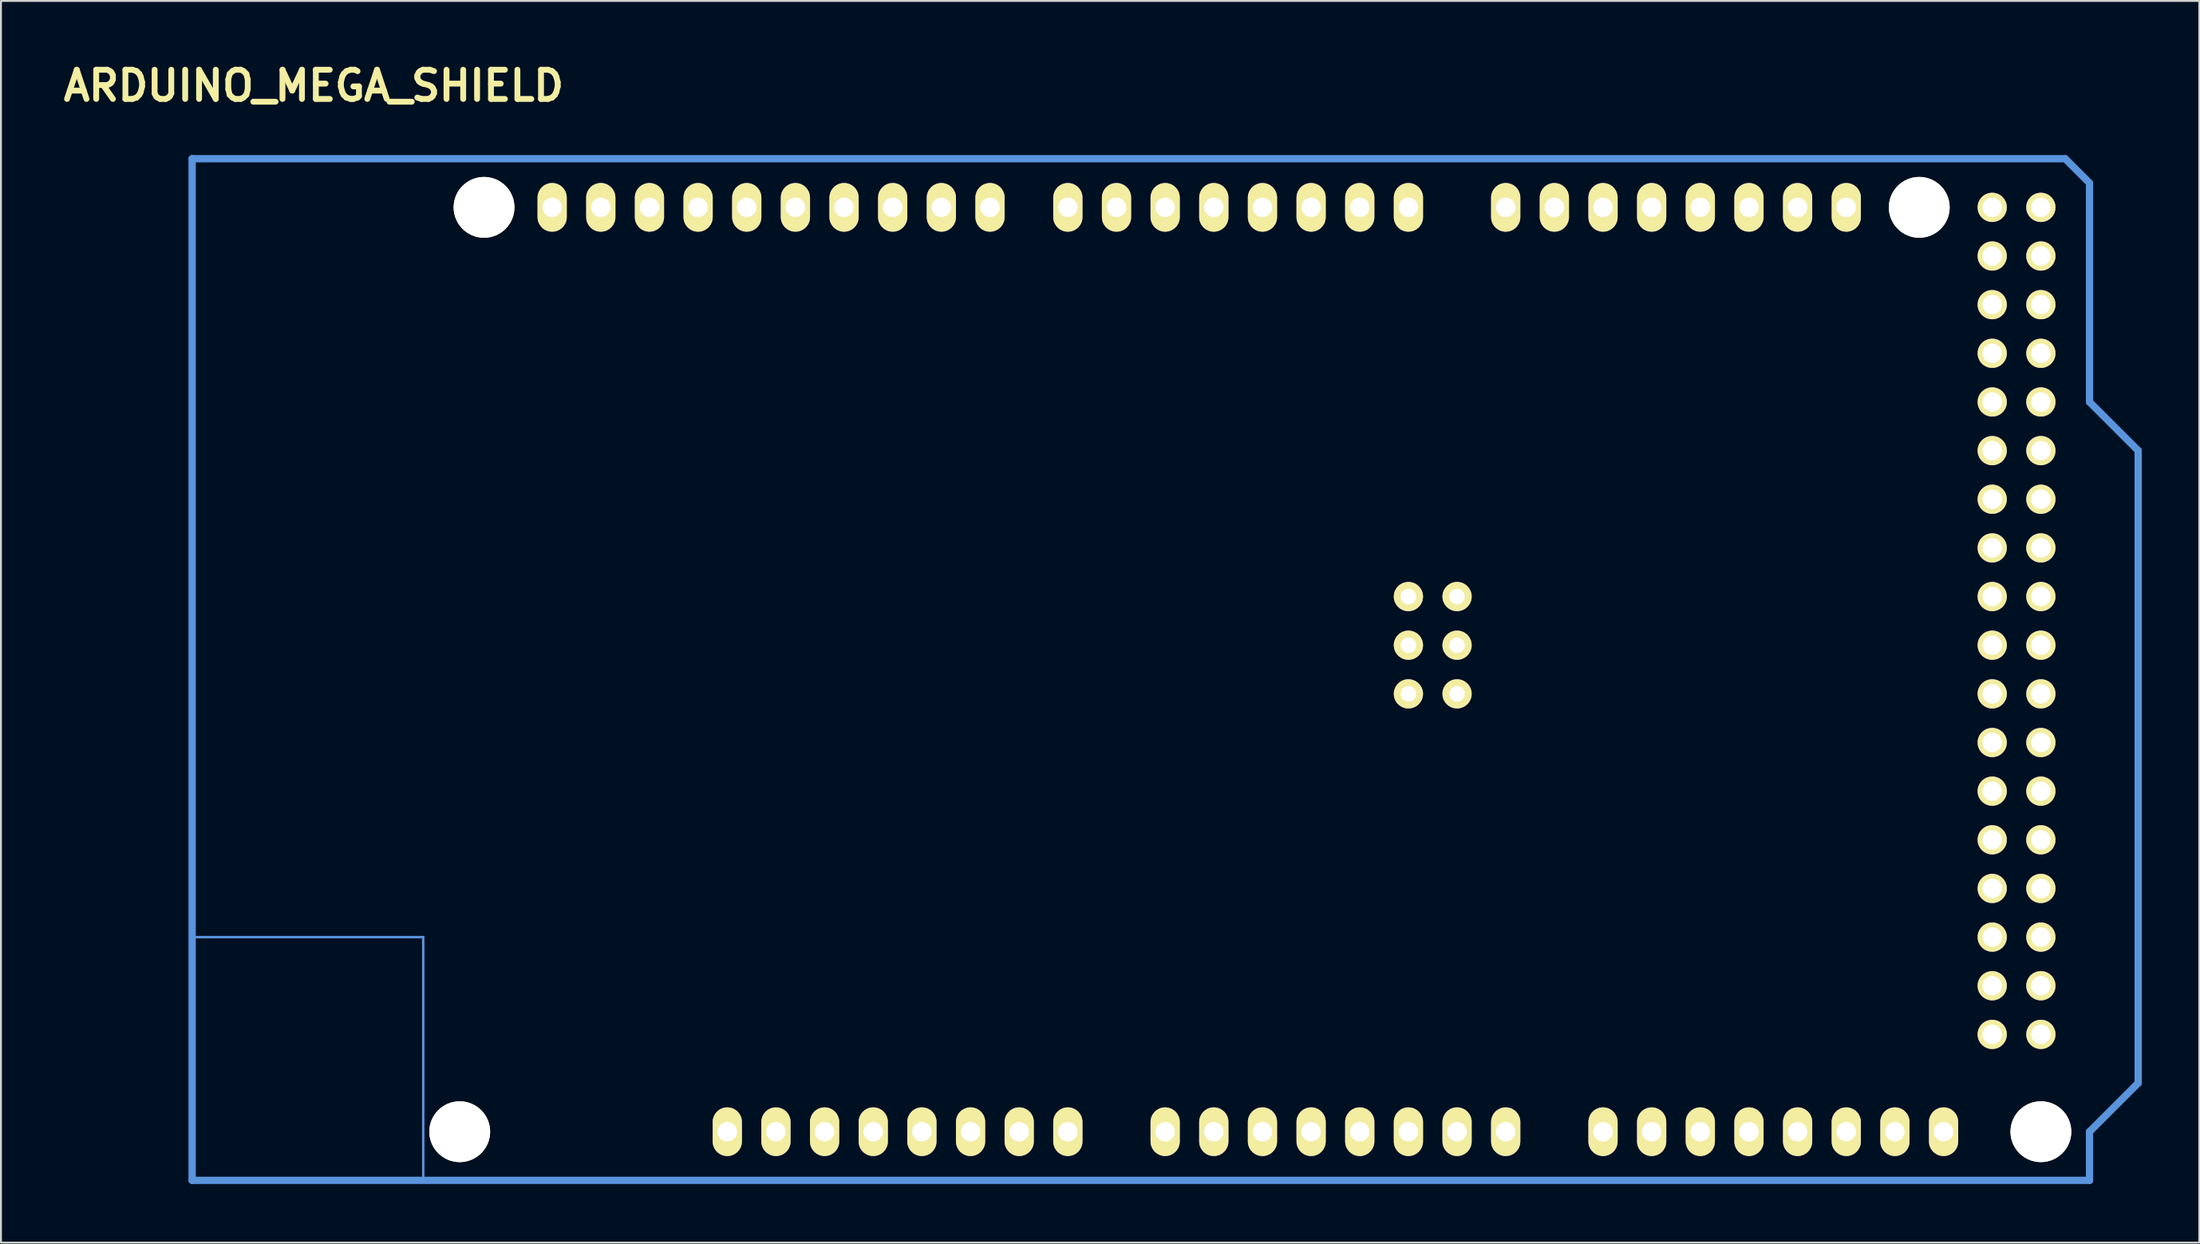
<source format=kicad_pcb>
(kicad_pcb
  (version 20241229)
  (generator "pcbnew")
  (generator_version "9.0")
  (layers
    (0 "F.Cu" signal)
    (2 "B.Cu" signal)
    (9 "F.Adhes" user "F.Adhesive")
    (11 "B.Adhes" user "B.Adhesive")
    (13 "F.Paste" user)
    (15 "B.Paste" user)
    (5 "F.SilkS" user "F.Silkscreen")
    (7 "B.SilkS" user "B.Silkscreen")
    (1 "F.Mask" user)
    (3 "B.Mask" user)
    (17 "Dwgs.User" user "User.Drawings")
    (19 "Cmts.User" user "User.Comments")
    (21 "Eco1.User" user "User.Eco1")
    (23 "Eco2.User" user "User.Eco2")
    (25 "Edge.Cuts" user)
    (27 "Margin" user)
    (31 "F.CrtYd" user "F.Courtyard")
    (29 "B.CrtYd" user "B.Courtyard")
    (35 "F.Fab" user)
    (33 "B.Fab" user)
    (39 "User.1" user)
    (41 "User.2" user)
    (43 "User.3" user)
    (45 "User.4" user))
  (footprint "ARDUINO_MEGA_SHIELD"
    (layer "F.Cu")
    (at 6.981 58.576)
    (property "Reference" "ARDUINO_MEGA_SHIELD" (at 6.35 -57.15 0) (layer "F.SilkS") (effects (font (size 1.524 1.524) (thickness 0.305))))
    (attr through_hole)
    (fp_line (start 0 -12.7) (end 12.065 -12.7) (stroke (width 0.127) (type solid)) (layer "Cmts.User"))
    (fp_line (start 0 0) (end 0 -53.34) (stroke (width 0.381) (type solid)) (layer "Cmts.User"))
    (fp_line (start 12.065 -12.7) (end 12.065 0) (stroke (width 0.127) (type solid)) (layer "Cmts.User"))
    (fp_line (start 97.79 -53.34) (end 0 -53.34) (stroke (width 0.381) (type solid)) (layer "Cmts.User"))
    (fp_line (start 99.06 -52.07) (end 97.79 -53.34) (stroke (width 0.381) (type solid)) (layer "Cmts.User"))
    (fp_line (start 99.06 -40.64) (end 99.06 -52.07) (stroke (width 0.381) (type solid)) (layer "Cmts.User"))
    (fp_line (start 99.06 -40.64) (end 101.6 -38.1) (stroke (width 0.381) (type solid)) (layer "Cmts.User"))
    (fp_line (start 99.06 -2.54) (end 99.06 0) (stroke (width 0.381) (type solid)) (layer "Cmts.User"))
    (fp_line (start 99.06 0) (end 0 0) (stroke (width 0.381) (type solid)) (layer "Cmts.User"))
    (fp_line (start 101.6 -38.1) (end 101.6 -5.08) (stroke (width 0.381) (type solid)) (layer "Cmts.User"))
    (fp_line (start 101.6 -5.08) (end 99.06 -2.54) (stroke (width 0.381) (type solid)) (layer "Cmts.User"))
    (pad "" np_thru_hole circle (at 13.97 -2.54 90) (size 3.175 3.175) (drill 3.175) (layers "*.Cu" "*.Mask" "F.SilkS"))
    (pad "" np_thru_hole circle (at 15.24 -50.8 90) (size 3.175 3.175) (drill 3.175) (layers "*.Cu" "*.Mask" "F.SilkS"))
    (pad "" np_thru_hole circle (at 90.17 -50.8 90) (size 3.175 3.175) (drill 3.175) (layers "*.Cu" "*.Mask" "F.SilkS"))
    (pad "" np_thru_hole circle (at 96.52 -2.54 90) (size 3.175 3.175) (drill 3.175) (layers "*.Cu" "*.Mask" "F.SilkS"))
    (pad "0" thru_hole oval (at 63.5 -50.8 90) (size 2.54 1.524) (drill 1.016) (layers "*.Cu" "*.Mask" "F.SilkS"))
    (pad "1" thru_hole oval (at 60.96 -50.8 90) (size 2.54 1.524) (drill 1.016) (layers "*.Cu" "*.Mask" "F.SilkS"))
    (pad "2" thru_hole oval (at 58.42 -50.8 90) (size 2.54 1.524) (drill 1.016) (layers "*.Cu" "*.Mask" "F.SilkS"))
    (pad "3" thru_hole oval (at 55.88 -50.8 90) (size 2.54 1.524) (drill 1.016) (layers "*.Cu" "*.Mask" "F.SilkS"))
    (pad "3V3" thru_hole oval (at 35.56 -2.54 90) (size 2.54 1.524) (drill 1.016) (layers "*.Cu" "*.Mask" "F.SilkS"))
    (pad "4" thru_hole oval (at 53.34 -50.8 90) (size 2.54 1.524) (drill 1.016) (layers "*.Cu" "*.Mask" "F.SilkS"))
    (pad "5" thru_hole oval (at 50.8 -50.8 90) (size 2.54 1.524) (drill 1.016) (layers "*.Cu" "*.Mask" "F.SilkS"))
    (pad "5V" thru_hole oval (at 38.1 -2.54 90) (size 2.54 1.524) (drill 1.016) (layers "*.Cu" "*.Mask" "F.SilkS"))
    (pad "5V_4" thru_hole circle (at 93.98 -50.8) (size 1.524 1.524) (drill 1.016) (layers "*.Cu" "*.Mask" "F.SilkS"))
    (pad "5V_5" thru_hole circle (at 96.52 -50.8) (size 1.524 1.524) (drill 1.016) (layers "*.Cu" "*.Mask" "F.SilkS"))
    (pad "6" thru_hole oval (at 48.26 -50.8 90) (size 2.54 1.524) (drill 1.016) (layers "*.Cu" "*.Mask" "F.SilkS"))
    (pad "7" thru_hole oval (at 45.72 -50.8 90) (size 2.54 1.524) (drill 1.016) (layers "*.Cu" "*.Mask" "F.SilkS"))
    (pad "8" thru_hole oval (at 41.656 -50.8 90) (size 2.54 1.524) (drill 1.016) (layers "*.Cu" "*.Mask" "F.SilkS"))
    (pad "9" thru_hole oval (at 39.116 -50.8 90) (size 2.54 1.524) (drill 1.016) (layers "*.Cu" "*.Mask" "F.SilkS"))
    (pad "10" thru_hole oval (at 36.576 -50.8 90) (size 2.54 1.524) (drill 1.016) (layers "*.Cu" "*.Mask" "F.SilkS"))
    (pad "11" thru_hole oval (at 34.036 -50.8 90) (size 2.54 1.524) (drill 1.016) (layers "*.Cu" "*.Mask" "F.SilkS"))
    (pad "12" thru_hole oval (at 31.496 -50.8 90) (size 2.54 1.524) (drill 1.016) (layers "*.Cu" "*.Mask" "F.SilkS"))
    (pad "13" thru_hole oval (at 28.956 -50.8 90) (size 2.54 1.524) (drill 1.016) (layers "*.Cu" "*.Mask" "F.SilkS"))
    (pad "14" thru_hole oval (at 68.58 -50.8 90) (size 2.54 1.524) (drill 1.016) (layers "*.Cu" "*.Mask" "F.SilkS"))
    (pad "15" thru_hole oval (at 71.12 -50.8 90) (size 2.54 1.524) (drill 1.016) (layers "*.Cu" "*.Mask" "F.SilkS"))
    (pad "16" thru_hole oval (at 73.66 -50.8 90) (size 2.54 1.524) (drill 1.016) (layers "*.Cu" "*.Mask" "F.SilkS"))
    (pad "17" thru_hole oval (at 76.2 -50.8 90) (size 2.54 1.524) (drill 1.016) (layers "*.Cu" "*.Mask" "F.SilkS"))
    (pad "18" thru_hole oval (at 78.74 -50.8 90) (size 2.54 1.524) (drill 1.016) (layers "*.Cu" "*.Mask" "F.SilkS"))
    (pad "19" thru_hole oval (at 81.28 -50.8 90) (size 2.54 1.524) (drill 1.016) (layers "*.Cu" "*.Mask" "F.SilkS"))
    (pad "20" thru_hole oval (at 83.82 -50.8 90) (size 2.54 1.524) (drill 1.016) (layers "*.Cu" "*.Mask" "F.SilkS"))
    (pad "21" thru_hole oval (at 86.36 -50.8 90) (size 2.54 1.524) (drill 1.016) (layers "*.Cu" "*.Mask" "F.SilkS"))
    (pad "22" thru_hole circle (at 93.98 -48.26) (size 1.524 1.524) (drill 1.016) (layers "*.Cu" "*.Mask" "F.SilkS"))
    (pad "23" thru_hole circle (at 96.52 -48.26) (size 1.524 1.524) (drill 1.016) (layers "*.Cu" "*.Mask" "F.SilkS"))
    (pad "24" thru_hole circle (at 93.98 -45.72) (size 1.524 1.524) (drill 1.016) (layers "*.Cu" "*.Mask" "F.SilkS"))
    (pad "25" thru_hole circle (at 96.52 -45.72) (size 1.524 1.524) (drill 1.016) (layers "*.Cu" "*.Mask" "F.SilkS"))
    (pad "26" thru_hole circle (at 93.98 -43.18) (size 1.524 1.524) (drill 1.016) (layers "*.Cu" "*.Mask" "F.SilkS"))
    (pad "27" thru_hole circle (at 96.52 -43.18) (size 1.524 1.524) (drill 1.016) (layers "*.Cu" "*.Mask" "F.SilkS"))
    (pad "28" thru_hole circle (at 93.98 -40.64) (size 1.524 1.524) (drill 1.016) (layers "*.Cu" "*.Mask" "F.SilkS"))
    (pad "29" thru_hole circle (at 96.52 -40.64) (size 1.524 1.524) (drill 1.016) (layers "*.Cu" "*.Mask" "F.SilkS"))
    (pad "30" thru_hole circle (at 93.98 -38.1) (size 1.524 1.524) (drill 1.016) (layers "*.Cu" "*.Mask" "F.SilkS"))
    (pad "31" thru_hole circle (at 96.52 -38.1) (size 1.524 1.524) (drill 1.016) (layers "*.Cu" "*.Mask" "F.SilkS"))
    (pad "32" thru_hole circle (at 93.98 -35.56) (size 1.524 1.524) (drill 1.016) (layers "*.Cu" "*.Mask" "F.SilkS"))
    (pad "33" thru_hole circle (at 96.52 -35.56) (size 1.524 1.524) (drill 1.016) (layers "*.Cu" "*.Mask" "F.SilkS"))
    (pad "34" thru_hole circle (at 93.98 -33.02) (size 1.524 1.524) (drill 1.016) (layers "*.Cu" "*.Mask" "F.SilkS"))
    (pad "35" thru_hole circle (at 96.52 -33.02) (size 1.524 1.524) (drill 1.016) (layers "*.Cu" "*.Mask" "F.SilkS"))
    (pad "36" thru_hole circle (at 93.98 -30.48) (size 1.524 1.524) (drill 1.016) (layers "*.Cu" "*.Mask" "F.SilkS"))
    (pad "37" thru_hole circle (at 96.52 -30.48) (size 1.524 1.524) (drill 1.016) (layers "*.Cu" "*.Mask" "F.SilkS"))
    (pad "38" thru_hole circle (at 93.98 -27.94) (size 1.524 1.524) (drill 1.016) (layers "*.Cu" "*.Mask" "F.SilkS"))
    (pad "39" thru_hole circle (at 96.52 -27.94) (size 1.524 1.524) (drill 1.016) (layers "*.Cu" "*.Mask" "F.SilkS"))
    (pad "40" thru_hole circle (at 93.98 -25.4) (size 1.524 1.524) (drill 1.016) (layers "*.Cu" "*.Mask" "F.SilkS"))
    (pad "41" thru_hole circle (at 96.52 -25.4) (size 1.524 1.524) (drill 1.016) (layers "*.Cu" "*.Mask" "F.SilkS"))
    (pad "42" thru_hole circle (at 93.98 -22.86) (size 1.524 1.524) (drill 1.016) (layers "*.Cu" "*.Mask" "F.SilkS"))
    (pad "43" thru_hole circle (at 96.52 -22.86) (size 1.524 1.524) (drill 1.016) (layers "*.Cu" "*.Mask" "F.SilkS"))
    (pad "44" thru_hole circle (at 93.98 -20.32) (size 1.524 1.524) (drill 1.016) (layers "*.Cu" "*.Mask" "F.SilkS"))
    (pad "45" thru_hole circle (at 96.52 -20.32) (size 1.524 1.524) (drill 1.016) (layers "*.Cu" "*.Mask" "F.SilkS"))
    (pad "46" thru_hole circle (at 93.98 -17.78) (size 1.524 1.524) (drill 1.016) (layers "*.Cu" "*.Mask" "F.SilkS"))
    (pad "47" thru_hole circle (at 96.52 -17.78) (size 1.524 1.524) (drill 1.016) (layers "*.Cu" "*.Mask" "F.SilkS"))
    (pad "48" thru_hole circle (at 93.98 -15.24) (size 1.524 1.524) (drill 1.016) (layers "*.Cu" "*.Mask" "F.SilkS"))
    (pad "49" thru_hole circle (at 96.52 -15.24) (size 1.524 1.524) (drill 1.016) (layers "*.Cu" "*.Mask" "F.SilkS"))
    (pad "50" thru_hole circle (at 93.98 -12.7) (size 1.524 1.524) (drill 1.016) (layers "*.Cu" "*.Mask" "F.SilkS"))
    (pad "51" thru_hole circle (at 96.52 -12.7) (size 1.524 1.524) (drill 1.016) (layers "*.Cu" "*.Mask" "F.SilkS"))
    (pad "52" thru_hole circle (at 93.98 -10.16) (size 1.524 1.524) (drill 1.016) (layers "*.Cu" "*.Mask" "F.SilkS"))
    (pad "53" thru_hole circle (at 96.52 -10.16) (size 1.524 1.524) (drill 1.016) (layers "*.Cu" "*.Mask" "F.SilkS"))
    (pad "AD0" thru_hole oval (at 50.8 -2.54 90) (size 2.54 1.524) (drill 1.016) (layers "*.Cu" "*.Mask" "F.SilkS"))
    (pad "AD1" thru_hole oval (at 53.34 -2.54 90) (size 2.54 1.524) (drill 1.016) (layers "*.Cu" "*.Mask" "F.SilkS"))
    (pad "AD2" thru_hole oval (at 55.88 -2.54 90) (size 2.54 1.524) (drill 1.016) (layers "*.Cu" "*.Mask" "F.SilkS"))
    (pad "AD3" thru_hole oval (at 58.42 -2.54 90) (size 2.54 1.524) (drill 1.016) (layers "*.Cu" "*.Mask" "F.SilkS"))
    (pad "AD4" thru_hole oval (at 60.96 -2.54 90) (size 2.54 1.524) (drill 1.016) (layers "*.Cu" "*.Mask" "F.SilkS"))
    (pad "AD5" thru_hole oval (at 63.5 -2.54 90) (size 2.54 1.524) (drill 1.016) (layers "*.Cu" "*.Mask" "F.SilkS"))
    (pad "AD6" thru_hole oval (at 66.04 -2.54 90) (size 2.54 1.524) (drill 1.016) (layers "*.Cu" "*.Mask" "F.SilkS"))
    (pad "AD7" thru_hole oval (at 68.58 -2.54 90) (size 2.54 1.524) (drill 1.016) (layers "*.Cu" "*.Mask" "F.SilkS"))
    (pad "AD8" thru_hole oval (at 73.66 -2.54 90) (size 2.54 1.524) (drill 1.016) (layers "*.Cu" "*.Mask" "F.SilkS"))
    (pad "AD9" thru_hole oval (at 76.2 -2.54 90) (size 2.54 1.524) (drill 1.016) (layers "*.Cu" "*.Mask" "F.SilkS"))
    (pad "AD10" thru_hole oval (at 78.74 -2.54 90) (size 2.54 1.524) (drill 1.016) (layers "*.Cu" "*.Mask" "F.SilkS"))
    (pad "AD11" thru_hole oval (at 81.28 -2.54 90) (size 2.54 1.524) (drill 1.016) (layers "*.Cu" "*.Mask" "F.SilkS"))
    (pad "AD12" thru_hole oval (at 83.82 -2.54 90) (size 2.54 1.524) (drill 1.016) (layers "*.Cu" "*.Mask" "F.SilkS"))
    (pad "AD13" thru_hole oval (at 86.36 -2.54 90) (size 2.54 1.524) (drill 1.016) (layers "*.Cu" "*.Mask" "F.SilkS"))
    (pad "AD14" thru_hole oval (at 88.9 -2.54 90) (size 2.54 1.524) (drill 1.016) (layers "*.Cu" "*.Mask" "F.SilkS"))
    (pad "AD15" thru_hole oval (at 91.44 -2.54 90) (size 2.54 1.524) (drill 1.016) (layers "*.Cu" "*.Mask" "F.SilkS"))
    (pad "AREF" thru_hole oval (at 23.876 -50.8 90) (size 2.54 1.524) (drill 1.016) (layers "*.Cu" "*.Mask" "F.SilkS"))
    (pad "GND1" thru_hole oval (at 40.64 -2.54 90) (size 2.54 1.524) (drill 1.016) (layers "*.Cu" "*.Mask" "F.SilkS"))
    (pad "GND2" thru_hole oval (at 43.18 -2.54 90) (size 2.54 1.524) (drill 1.016) (layers "*.Cu" "*.Mask" "F.SilkS"))
    (pad "GND3" thru_hole oval (at 26.416 -50.8 90) (size 2.54 1.524) (drill 1.016) (layers "*.Cu" "*.Mask" "F.SilkS"))
    (pad "GND4" thru_hole circle (at 93.98 -7.62) (size 1.524 1.524) (drill 1.016) (layers "*.Cu" "*.Mask" "F.SilkS"))
    (pad "GND5" thru_hole circle (at 96.52 -7.62) (size 1.524 1.524) (drill 1.016) (layers "*.Cu" "*.Mask" "F.SilkS"))
    (pad "IO_R" thru_hole oval (at 30.48 -2.54 90) (size 2.54 1.524) (drill 1.016) (layers "*.Cu" "*.Mask" "F.SilkS"))
    (pad "NC" thru_hole oval (at 27.94 -2.54 90) (size 2.54 1.524) (drill 1.016) (layers "*.Cu" "*.Mask" "F.SilkS"))
    (pad "RST" thru_hole oval (at 33.02 -2.54 90) (size 2.54 1.524) (drill 1.016) (layers "*.Cu" "*.Mask" "F.SilkS"))
    (pad "SCL" thru_hole oval (at 18.796 -50.8 90) (size 2.54 1.524) (drill 1.016) (layers "*.Cu" "*.Mask" "F.SilkS"))
    (pad "SDA" thru_hole oval (at 21.336 -50.8 90) (size 2.54 1.524) (drill 1.016) (layers "*.Cu" "*.Mask" "F.SilkS"))
    (pad "SP1" thru_hole circle (at 63.5 -30.48) (size 1.524 1.524) (drill 0.813) (layers "*.Cu" "*.Mask" "F.SilkS"))
    (pad "SP2" thru_hole circle (at 66.04 -30.48) (size 1.524 1.524) (drill 0.813) (layers "*.Cu" "*.Mask" "F.SilkS"))
    (pad "SP3" thru_hole circle (at 63.5 -27.94) (size 1.524 1.524) (drill 0.813) (layers "*.Cu" "*.Mask" "F.SilkS"))
    (pad "SP4" thru_hole circle (at 66.04 -27.94) (size 1.524 1.524) (drill 0.813) (layers "*.Cu" "*.Mask" "F.SilkS"))
    (pad "SP5" thru_hole circle (at 63.5 -25.4) (size 1.524 1.524) (drill 0.813) (layers "*.Cu" "*.Mask" "F.SilkS"))
    (pad "SP6" thru_hole circle (at 66.04 -25.4) (size 1.524 1.524) (drill 0.813) (layers "*.Cu" "*.Mask" "F.SilkS"))
    (pad "V_IN" thru_hole oval (at 45.72 -2.54 90) (size 2.54 1.524) (drill 1.016) (layers "*.Cu" "*.Mask" "F.SilkS")))
  (gr_rect
    (start -3 -3)
    (end 111.772 61.826)
    (stroke (width 0.1) (type default))
    (fill no)
    (layer "Edge.Cuts")))
</source>
